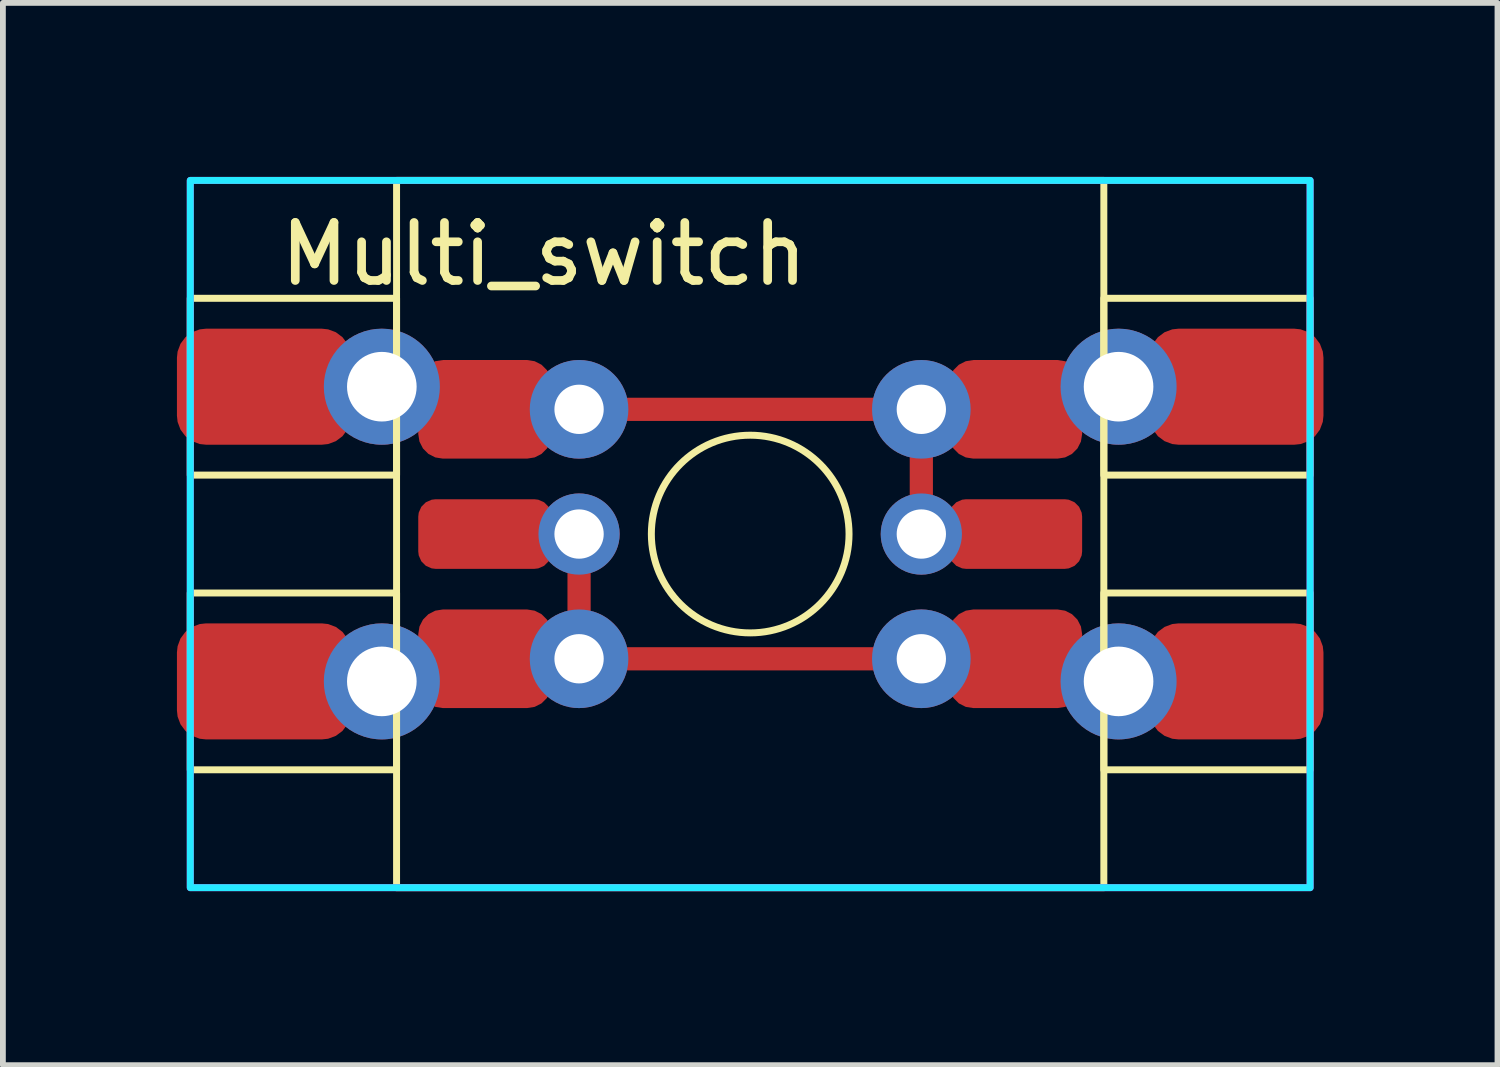
<source format=kicad_pcb>
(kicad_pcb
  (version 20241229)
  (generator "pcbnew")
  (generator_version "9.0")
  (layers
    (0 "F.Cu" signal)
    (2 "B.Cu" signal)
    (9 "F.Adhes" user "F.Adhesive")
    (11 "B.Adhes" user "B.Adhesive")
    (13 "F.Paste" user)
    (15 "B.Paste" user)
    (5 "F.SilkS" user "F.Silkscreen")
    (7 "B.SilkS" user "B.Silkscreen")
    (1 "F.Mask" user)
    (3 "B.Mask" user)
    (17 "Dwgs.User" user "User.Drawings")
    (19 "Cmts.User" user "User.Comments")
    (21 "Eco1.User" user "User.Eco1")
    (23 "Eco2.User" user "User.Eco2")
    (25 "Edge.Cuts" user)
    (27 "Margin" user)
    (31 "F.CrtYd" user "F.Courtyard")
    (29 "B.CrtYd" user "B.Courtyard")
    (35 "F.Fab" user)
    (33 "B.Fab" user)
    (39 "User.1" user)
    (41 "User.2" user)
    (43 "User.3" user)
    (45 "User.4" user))
  (footprint "Multi_switch"
    (layer "F.Cu")
    (at 9.882 6.156)
    (property "Reference" "Multi_switch" (at -3.556 -4.826 0) (unlocked yes) (layer "F.SilkS") (effects (font (size 1 1) (thickness 0.15))))
    (attr through_hole)
    (fp_line (start -4.064 -2.15) (end 4.272 -2.15) (stroke (width 0.4) (type solid)) (layer "F.Cu"))
    (fp_line (start -2.95 0) (end -2.95 2.15) (stroke (width 0.4) (type solid)) (layer "F.Cu"))
    (fp_line (start -2.95 2.15) (end 2.95 2.15) (stroke (width 0.4) (type solid)) (layer "F.Cu"))
    (fp_line (start 2.95 -2.15) (end 2.95 0) (stroke (width 0.4) (type solid)) (layer "F.Cu"))
    (fp_rect (start -6.096 -6.096) (end 6.096 6.096) (stroke (width 0.12) (type solid)) (fill no) (layer "F.SilkS"))
    (fp_rect (start -6.096 -4.064) (end -9.652 -1.016) (stroke (width 0.12) (type solid)) (fill no) (layer "F.SilkS"))
    (fp_rect (start -6.096 1.016) (end -9.652 4.064) (stroke (width 0.12) (type solid)) (fill no) (layer "F.SilkS"))
    (fp_rect (start 6.096 -4.064) (end 9.652 -1.016) (stroke (width 0.12) (type solid)) (fill no) (layer "F.SilkS"))
    (fp_rect (start 6.096 1.016) (end 9.652 4.064) (stroke (width 0.12) (type solid)) (fill no) (layer "F.SilkS"))
    (fp_circle (center 0 0) (end -0.762 -1.524) (stroke (width 0.12) (type solid)) (fill no) (layer "F.SilkS"))
    (fp_rect (start -9.652 -6.096) (end 9.652 6.096) (stroke (width 0.12) (type solid)) (fill no) (layer "B.CrtYd"))
    (fp_rect (start -9.652 -6.096) (end 9.652 6.096) (stroke (width 0.12) (type solid)) (fill no) (layer "F.CrtYd"))
    (pad "1" smd roundrect (at -8.382 -2.54) (size 3 2) (layers "F.Cu" "F.Mask" "F.Paste") (roundrect_rratio 0.25))
    (pad "1" thru_hole circle (at -6.35 -2.54) (size 2 2) (drill 1.2) (layers "*.Cu" "*.Mask"))
    (pad "1" smd roundrect (at -4.572 -2.15) (size 2.3 1.7) (layers "F.Cu" "F.Mask" "F.Paste") (roundrect_rratio 0.25))
    (pad "1" thru_hole circle (at -2.95 -2.15) (size 1.7 1.7) (drill 0.85) (layers "*.Cu" "*.Mask"))
    (pad "1" thru_hole circle (at 2.95 -2.15) (size 1.7 1.7) (drill 0.85) (layers "*.Cu" "*.Mask"))
    (pad "1" thru_hole circle (at 2.95 0) (size 1.4 1.4) (drill 0.85) (layers "*.Cu" "*.Mask"))
    (pad "1" smd roundrect (at 4.572 -2.15) (size 2.3 1.7) (layers "F.Cu" "F.Mask" "F.Paste") (roundrect_rratio 0.25))
    (pad "1" smd roundrect (at 4.572 0) (size 2.3 1.2) (layers "F.Cu" "F.Mask" "F.Paste") (roundrect_rratio 0.25))
    (pad "1" thru_hole circle (at 6.35 -2.54) (size 2 2) (drill 1.2) (layers "*.Cu" "*.Mask"))
    (pad "1" smd roundrect (at 8.382 -2.54) (size 3 2) (layers "F.Cu" "F.Mask" "F.Paste") (roundrect_rratio 0.25))
    (pad "2" smd roundrect (at -8.382 2.54) (size 3 2) (layers "F.Cu" "F.Mask" "F.Paste") (roundrect_rratio 0.25))
    (pad "2" thru_hole circle (at -6.35 2.54) (size 2 2) (drill 1.2) (layers "*.Cu" "*.Mask"))
    (pad "2" smd roundrect (at -4.572 0) (size 2.3 1.2) (layers "F.Cu" "F.Mask" "F.Paste") (roundrect_rratio 0.25))
    (pad "2" smd roundrect (at -4.572 2.15) (size 2.3 1.7) (layers "F.Cu" "F.Mask" "F.Paste") (roundrect_rratio 0.25))
    (pad "2" thru_hole circle (at -2.95 0) (size 1.4 1.4) (drill 0.85) (layers "*.Cu" "*.Mask"))
    (pad "2" thru_hole circle (at -2.95 2.15) (size 1.7 1.7) (drill 0.85) (layers "*.Cu" "*.Mask"))
    (pad "2" thru_hole circle (at 2.95 2.15) (size 1.7 1.7) (drill 0.85) (layers "*.Cu" "*.Mask"))
    (pad "2" smd roundrect (at 4.572 2.15) (size 2.3 1.7) (layers "F.Cu" "F.Mask" "F.Paste") (roundrect_rratio 0.25))
    (pad "2" thru_hole circle (at 6.35 2.54) (size 2 2) (drill 1.2) (layers "*.Cu" "*.Mask"))
    (pad "2" smd roundrect (at 8.382 2.54) (size 3 2) (layers "F.Cu" "F.Mask" "F.Paste") (roundrect_rratio 0.25)))
  (gr_rect
    (start -3 -3)
    (end 22.764 15.312)
    (stroke (width 0.1) (type default))
    (fill no)
    (layer "Edge.Cuts")))
</source>
